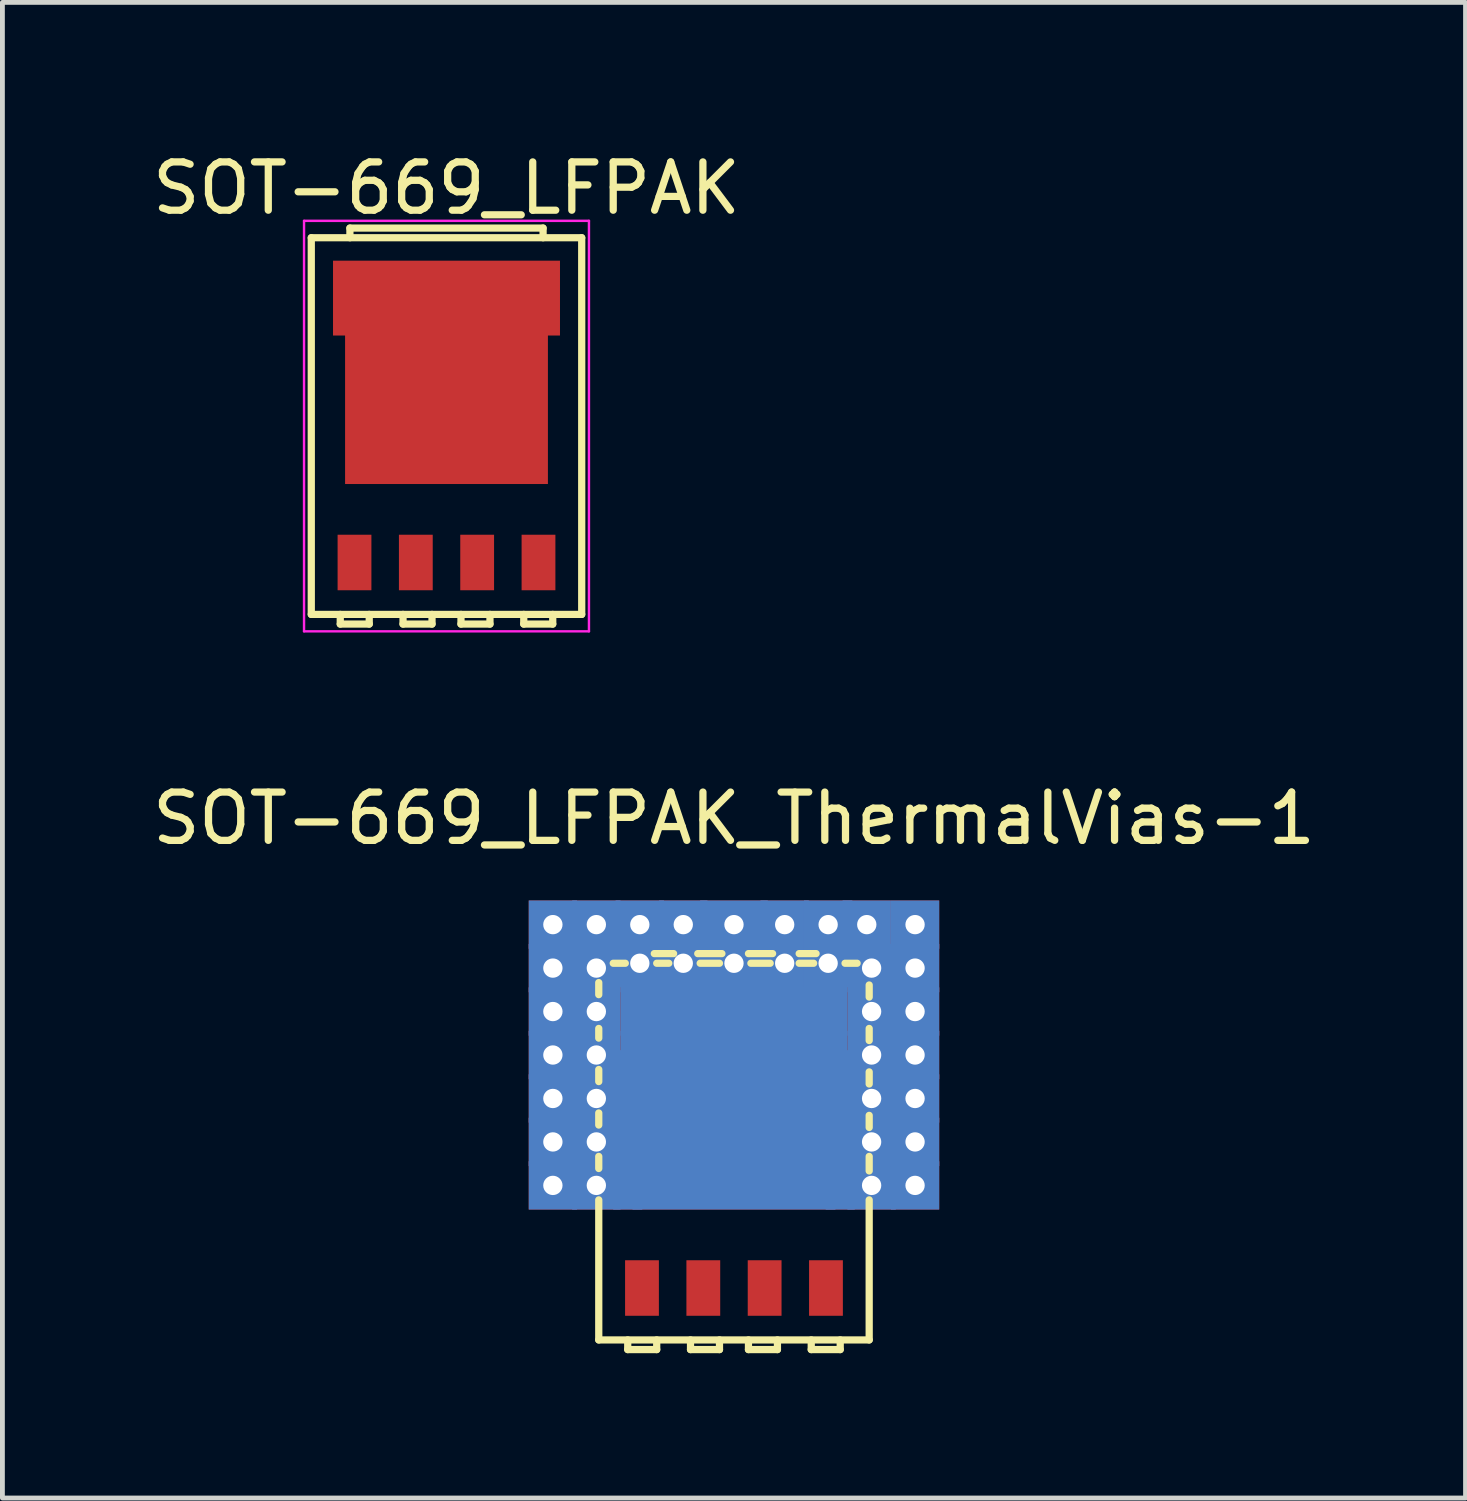
<source format=kicad_pcb>
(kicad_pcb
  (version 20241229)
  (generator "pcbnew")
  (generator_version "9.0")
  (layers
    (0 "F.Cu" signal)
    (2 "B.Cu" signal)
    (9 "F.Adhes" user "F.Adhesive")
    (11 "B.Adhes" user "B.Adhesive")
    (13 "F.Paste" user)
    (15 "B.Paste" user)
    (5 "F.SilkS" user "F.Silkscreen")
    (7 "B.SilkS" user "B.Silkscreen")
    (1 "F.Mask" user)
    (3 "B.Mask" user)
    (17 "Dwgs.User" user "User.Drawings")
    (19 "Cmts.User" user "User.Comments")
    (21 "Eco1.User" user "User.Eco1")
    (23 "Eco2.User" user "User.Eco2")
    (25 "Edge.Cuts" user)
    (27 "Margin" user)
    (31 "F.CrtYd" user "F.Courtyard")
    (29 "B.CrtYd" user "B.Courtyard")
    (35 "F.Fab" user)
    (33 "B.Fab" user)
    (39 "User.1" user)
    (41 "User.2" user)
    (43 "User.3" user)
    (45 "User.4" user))
  (footprint "SOT-669_LFPAK_ThermalVias-1"
    (layer "F.Cu")
    (at 12.149 20.797)
    (property "Reference" "SOT-669_LFPAK_ThermalVias-1" (at 0 -6.9 0) (layer "F.SilkS") (effects (font (size 1 1) (thickness 0.15))))
    (attr through_hole)
    (fp_line (start -2.8 -3.5) (end -2.8 -3.25) (stroke (width 0.15) (type solid)) (layer "F.SilkS"))
    (fp_line (start -2.8 -2.55) (end -2.8 -2.35) (stroke (width 0.15) (type solid)) (layer "F.SilkS"))
    (fp_line (start -2.8 -1.7) (end -2.8 -1.45) (stroke (width 0.15) (type solid)) (layer "F.SilkS"))
    (fp_line (start -2.8 -0.8) (end -2.8 -0.55) (stroke (width 0.15) (type solid)) (layer "F.SilkS"))
    (fp_line (start -2.8 0.1) (end -2.8 0.35) (stroke (width 0.15) (type solid)) (layer "F.SilkS"))
    (fp_line (start -2.8 1) (end -2.8 3.9) (stroke (width 0.15) (type solid)) (layer "F.SilkS"))
    (fp_line (start -2.25 -3.9) (end -2.5 -3.9) (stroke (width 0.15) (type solid)) (layer "F.SilkS"))
    (fp_line (start -2.2 3.9) (end -2.2 4.1) (stroke (width 0.15) (type solid)) (layer "F.SilkS"))
    (fp_line (start -2.2 4.1) (end -1.6 4.1) (stroke (width 0.15) (type solid)) (layer "F.SilkS"))
    (fp_line (start -1.6 4.1) (end -1.6 3.9) (stroke (width 0.15) (type solid)) (layer "F.SilkS"))
    (fp_line (start -1.35 -3.9) (end -1.6 -3.9) (stroke (width 0.15) (type solid)) (layer "F.SilkS"))
    (fp_line (start -1.25 -4.1) (end -1.65 -4.1) (stroke (width 0.15) (type solid)) (layer "F.SilkS"))
    (fp_line (start -0.9 3.9) (end -0.9 4.1) (stroke (width 0.15) (type solid)) (layer "F.SilkS"))
    (fp_line (start -0.9 4.1) (end -0.3 4.1) (stroke (width 0.15) (type solid)) (layer "F.SilkS"))
    (fp_line (start -0.3 -3.9) (end -0.7 -3.9) (stroke (width 0.15) (type solid)) (layer "F.SilkS"))
    (fp_line (start -0.3 4.1) (end -0.3 3.9) (stroke (width 0.15) (type solid)) (layer "F.SilkS"))
    (fp_line (start -0.25 -4.1) (end -0.75 -4.1) (stroke (width 0.15) (type solid)) (layer "F.SilkS"))
    (fp_line (start 0.3 3.9) (end 0.3 4.1) (stroke (width 0.15) (type solid)) (layer "F.SilkS"))
    (fp_line (start 0.3 4.1) (end 0.9 4.1) (stroke (width 0.15) (type solid)) (layer "F.SilkS"))
    (fp_line (start 0.75 -3.9) (end 0.35 -3.9) (stroke (width 0.15) (type solid)) (layer "F.SilkS"))
    (fp_line (start 0.8 -4.1) (end 0.3 -4.1) (stroke (width 0.15) (type solid)) (layer "F.SilkS"))
    (fp_line (start 0.9 4.1) (end 0.9 3.9) (stroke (width 0.15) (type solid)) (layer "F.SilkS"))
    (fp_line (start 1.6 3.9) (end 1.6 4.1) (stroke (width 0.15) (type solid)) (layer "F.SilkS"))
    (fp_line (start 1.6 4.1) (end 2.2 4.1) (stroke (width 0.15) (type solid)) (layer "F.SilkS"))
    (fp_line (start 1.65 -3.9) (end 1.35 -3.9) (stroke (width 0.15) (type solid)) (layer "F.SilkS"))
    (fp_line (start 1.7 -4.1) (end 1.35 -4.1) (stroke (width 0.15) (type solid)) (layer "F.SilkS"))
    (fp_line (start 2.2 4.1) (end 2.2 3.9) (stroke (width 0.15) (type solid)) (layer "F.SilkS"))
    (fp_line (start 2.55 -3.9) (end 2.3 -3.9) (stroke (width 0.15) (type solid)) (layer "F.SilkS"))
    (fp_line (start 2.8 -3.2) (end 2.8 -3.45) (stroke (width 0.15) (type solid)) (layer "F.SilkS"))
    (fp_line (start 2.8 -2.3) (end 2.8 -2.55) (stroke (width 0.15) (type solid)) (layer "F.SilkS"))
    (fp_line (start 2.8 -1.4) (end 2.8 -1.65) (stroke (width 0.15) (type solid)) (layer "F.SilkS"))
    (fp_line (start 2.8 -0.5) (end 2.8 -0.75) (stroke (width 0.15) (type solid)) (layer "F.SilkS"))
    (fp_line (start 2.8 0.4) (end 2.8 0.1) (stroke (width 0.15) (type solid)) (layer "F.SilkS"))
    (fp_line (start 2.8 3.9) (end -2.8 3.9) (stroke (width 0.15) (type solid)) (layer "F.SilkS"))
    (fp_line (start 2.8 3.9) (end 2.8 1) (stroke (width 0.15) (type solid)) (layer "F.SilkS"))
    (pad "" smd rect (at -1.875 -2.9) (size 0.6 0.9) (layers "F.Paste"))
    (pad "" smd rect (at -1.15 -1.05 90) (size 0.6 0.9) (layers "F.Paste"))
    (pad "" smd rect (at -1.15 -0.2 90) (size 0.6 0.9) (layers "F.Paste"))
    (pad "" smd rect (at -1.15 0.65 90) (size 0.6 0.9) (layers "F.Paste"))
    (pad "" smd rect (at -0.6 -2.9) (size 0.6 0.9) (layers "F.Paste"))
    (pad "" smd rect (at 0 -1.05 90) (size 0.6 0.9) (layers "F.Paste"))
    (pad "" smd rect (at 0 -0.2 90) (size 0.6 0.9) (layers "F.Paste"))
    (pad "" smd rect (at 0 0.65 90) (size 0.6 0.9) (layers "F.Paste"))
    (pad "" smd rect (at 0.6 -2.9) (size 0.6 0.9) (layers "F.Paste"))
    (pad "" smd rect (at 1.15 -1.05 90) (size 0.6 0.9) (layers "F.Paste"))
    (pad "" smd rect (at 1.15 -0.2 90) (size 0.6 0.9) (layers "F.Paste"))
    (pad "" smd rect (at 1.15 0.65 90) (size 0.6 0.9) (layers "F.Paste"))
    (pad "" smd rect (at 1.875 -2.9) (size 0.6 0.9) (layers "F.Paste"))
    (pad "1" smd rect (at -1.905 2.825) (size 0.7 1.15) (layers "F.Cu" "F.Mask" "F.Paste"))
    (pad "2" smd rect (at -0.635 2.825) (size 0.7 1.15) (layers "F.Cu" "F.Mask" "F.Paste"))
    (pad "3" smd rect (at 0.635 2.825) (size 0.7 1.15) (layers "F.Cu" "F.Mask" "F.Paste"))
    (pad "4" smd rect (at 1.905 2.825) (size 0.7 1.15) (layers "F.Cu" "F.Mask" "F.Paste"))
    (pad "5" thru_hole rect (at -3.75 -4.7) (size 1 1) (drill 0.4) (layers "*.Cu"))
    (pad "5" thru_hole rect (at -3.75 -3.8) (size 1 1) (drill 0.4) (layers "*.Cu"))
    (pad "5" thru_hole rect (at -3.75 -2.9) (size 1 1) (drill 0.4) (layers "*.Cu"))
    (pad "5" thru_hole rect (at -3.75 -2) (size 1 1) (drill 0.4) (layers "*.Cu"))
    (pad "5" thru_hole rect (at -3.75 -1.1) (size 1 1) (drill 0.4) (layers "*.Cu"))
    (pad "5" thru_hole rect (at -3.75 -0.2) (size 1 1) (drill 0.4) (layers "*.Cu"))
    (pad "5" thru_hole rect (at -3.75 0.7) (size 1 1) (drill 0.4) (layers "*.Cu"))
    (pad "5" thru_hole rect (at -2.85 -4.7) (size 1 1) (drill 0.4) (layers "*.Cu"))
    (pad "5" thru_hole rect (at -2.85 -3.8) (size 1 1) (drill 0.4) (layers "*.Cu"))
    (pad "5" thru_hole rect (at -2.85 -2.9) (size 1 1) (drill 0.4) (layers "*.Cu"))
    (pad "5" thru_hole rect (at -2.85 -2) (size 1 1) (drill 0.4) (layers "*.Cu"))
    (pad "5" thru_hole rect (at -2.85 -1.1) (size 1 1) (drill 0.4) (layers "*.Cu"))
    (pad "5" thru_hole rect (at -2.85 -0.2) (size 1 1) (drill 0.4) (layers "*.Cu"))
    (pad "5" thru_hole rect (at -2.85 0.7) (size 1 1) (drill 0.4) (layers "*.Cu"))
    (pad "5" smd rect (at -2.25 -1.75) (size 0.5 0.5) (layers "F.Cu"))
    (pad "5" smd rect (at -2.2 -0.45) (size 0.6 3.3) (layers "F.Cu"))
    (pad "5" smd rect (at -2.2 -0.45) (size 0.6 3.3) (layers "B.Cu"))
    (pad "5" thru_hole rect (at -1.95 -4.7) (size 1 1) (drill 0.4) (layers "*.Cu"))
    (pad "5" thru_hole rect (at -1.95 -3.9) (size 1 1) (drill 0.4) (layers "*.Cu"))
    (pad "5" thru_hole rect (at -1.05 -4.7) (size 1 1) (drill 0.4) (layers "*.Cu"))
    (pad "5" thru_hole rect (at -1.05 -3.9) (size 1 1) (drill 0.4) (layers "*.Cu"))
    (pad "5" thru_hole rect (at 0 -4.7) (size 1.4 1) (drill 0.4) (layers "*.Cu"))
    (pad "5" thru_hole rect (at 0 -3.9) (size 1.4 1) (drill 0.4) (layers "*.Cu"))
    (pad "5" smd rect (at 0 -2.65) (size 4.7 1.55) (layers "F.Cu" "F.Mask"))
    (pad "5" smd rect (at 0 -2.65) (size 4.7 1.55) (layers "F.Mask" "B.Cu"))
    (pad "5" smd rect (at 0 -0.45) (size 4.2 3.3) (layers "F.Cu" "F.Mask"))
    (pad "5" smd rect (at 0 -0.45) (size 4.2 3.3) (layers "F.Mask" "B.Cu"))
    (pad "5" thru_hole rect (at 1.05 -4.7) (size 1 1) (drill 0.4) (layers "*.Cu"))
    (pad "5" thru_hole rect (at 1.05 -3.9) (size 1 1) (drill 0.4) (layers "*.Cu"))
    (pad "5" thru_hole rect (at 1.95 -4.7) (size 1 1) (drill 0.4) (layers "*.Cu"))
    (pad "5" thru_hole rect (at 1.95 -3.9) (size 1 1) (drill 0.4) (layers "*.Cu"))
    (pad "5" smd rect (at 2.2 -0.45) (size 0.6 3.3) (layers "F.Cu"))
    (pad "5" smd rect (at 2.2 -0.45) (size 0.6 3.3) (layers "B.Cu"))
    (pad "5" smd rect (at 2.25 -1.75) (size 0.5 0.5) (layers "F.Cu"))
    (pad "5" thru_hole rect (at 2.75 -4.7) (size 1 1) (drill 0.4) (layers "*.Cu"))
    (pad "5" thru_hole rect (at 2.85 -3.8) (size 1 1) (drill 0.4) (layers "*.Cu"))
    (pad "5" thru_hole rect (at 2.85 -2.9) (size 1 1) (drill 0.4) (layers "*.Cu"))
    (pad "5" thru_hole rect (at 2.85 -2) (size 1 1) (drill 0.4) (layers "*.Cu"))
    (pad "5" thru_hole rect (at 2.85 -1.1) (size 1 1) (drill 0.4) (layers "*.Cu"))
    (pad "5" thru_hole rect (at 2.85 -0.2) (size 1 1) (drill 0.4) (layers "*.Cu"))
    (pad "5" thru_hole rect (at 2.85 0.7) (size 1 1) (drill 0.4) (layers "*.Cu"))
    (pad "5" thru_hole rect (at 3.75 -4.7) (size 1 1) (drill 0.4) (layers "*.Cu"))
    (pad "5" thru_hole rect (at 3.75 -3.8) (size 1 1) (drill 0.4) (layers "*.Cu"))
    (pad "5" thru_hole rect (at 3.75 -2.9) (size 1 1) (drill 0.4) (layers "*.Cu"))
    (pad "5" thru_hole rect (at 3.75 -2) (size 1 1) (drill 0.4) (layers "*.Cu"))
    (pad "5" thru_hole rect (at 3.75 -1.1) (size 1 1) (drill 0.4) (layers "*.Cu"))
    (pad "5" thru_hole rect (at 3.75 -0.2) (size 1 1) (drill 0.4) (layers "*.Cu"))
    (pad "5" thru_hole rect (at 3.75 0.7) (size 1 1) (drill 0.4) (layers "*.Cu")))
  (footprint "SOT-669_LFPAK"
    (layer "F.Cu")
    (at 6.196 5.773)
    (property "Reference" "SOT-669_LFPAK" (at 0 -4.925 0) (layer "F.SilkS") (effects (font (size 1 1) (thickness 0.15))))
    (attr through_hole)
    (fp_line (start -2.8 -3.9) (end 2.8 -3.9) (stroke (width 0.15) (type solid)) (layer "F.SilkS"))
    (fp_line (start -2.8 3.9) (end -2.8 -3.9) (stroke (width 0.15) (type solid)) (layer "F.SilkS"))
    (fp_line (start -2.2 3.9) (end -2.2 4.1) (stroke (width 0.15) (type solid)) (layer "F.SilkS"))
    (fp_line (start -2.2 4.1) (end -1.6 4.1) (stroke (width 0.15) (type solid)) (layer "F.SilkS"))
    (fp_line (start -2 -4.1) (end 2 -4.1) (stroke (width 0.15) (type solid)) (layer "F.SilkS"))
    (fp_line (start -2 -3.9) (end -2 -4.1) (stroke (width 0.15) (type solid)) (layer "F.SilkS"))
    (fp_line (start -1.6 4.1) (end -1.6 3.9) (stroke (width 0.15) (type solid)) (layer "F.SilkS"))
    (fp_line (start -0.9 3.9) (end -0.9 4.1) (stroke (width 0.15) (type solid)) (layer "F.SilkS"))
    (fp_line (start -0.9 4.1) (end -0.3 4.1) (stroke (width 0.15) (type solid)) (layer "F.SilkS"))
    (fp_line (start -0.3 4.1) (end -0.3 3.9) (stroke (width 0.15) (type solid)) (layer "F.SilkS"))
    (fp_line (start 0.3 3.9) (end 0.3 4.1) (stroke (width 0.15) (type solid)) (layer "F.SilkS"))
    (fp_line (start 0.3 4.1) (end 0.9 4.1) (stroke (width 0.15) (type solid)) (layer "F.SilkS"))
    (fp_line (start 0.9 4.1) (end 0.9 3.9) (stroke (width 0.15) (type solid)) (layer "F.SilkS"))
    (fp_line (start 1.6 3.9) (end 1.6 4.1) (stroke (width 0.15) (type solid)) (layer "F.SilkS"))
    (fp_line (start 1.6 4.1) (end 2.2 4.1) (stroke (width 0.15) (type solid)) (layer "F.SilkS"))
    (fp_line (start 2 -4.1) (end 2 -3.9) (stroke (width 0.15) (type solid)) (layer "F.SilkS"))
    (fp_line (start 2.2 4.1) (end 2.2 3.9) (stroke (width 0.15) (type solid)) (layer "F.SilkS"))
    (fp_line (start 2.8 -3.9) (end 2.8 3.9) (stroke (width 0.15) (type solid)) (layer "F.SilkS"))
    (fp_line (start 2.8 3.9) (end -2.8 3.9) (stroke (width 0.15) (type solid)) (layer "F.SilkS"))
    (fp_line (start -2.95 -4.25) (end 2.95 -4.25) (stroke (width 0.05) (type solid)) (layer "F.CrtYd"))
    (fp_line (start -2.95 4.25) (end -2.95 -4.25) (stroke (width 0.05) (type solid)) (layer "F.CrtYd"))
    (fp_line (start -2.95 4.25) (end 2.95 4.25) (stroke (width 0.05) (type solid)) (layer "F.CrtYd"))
    (fp_line (start 2.95 -4.25) (end 2.95 4.25) (stroke (width 0.05) (type solid)) (layer "F.CrtYd"))
    (pad "" smd rect (at -1.875 -2.9) (size 0.6 0.9) (layers "F.Paste"))
    (pad "" smd rect (at -1.15 -1.05 90) (size 0.6 0.9) (layers "F.Paste"))
    (pad "" smd rect (at -1.15 -0.2 90) (size 0.6 0.9) (layers "F.Paste"))
    (pad "" smd rect (at -1.15 0.65 90) (size 0.6 0.9) (layers "F.Paste"))
    (pad "" smd rect (at -0.6 -2.9) (size 0.6 0.9) (layers "F.Paste"))
    (pad "" smd rect (at 0 -1.05 90) (size 0.6 0.9) (layers "F.Paste"))
    (pad "" smd rect (at 0 -0.2 90) (size 0.6 0.9) (layers "F.Paste"))
    (pad "" smd rect (at 0 0.65 90) (size 0.6 0.9) (layers "F.Paste"))
    (pad "" smd rect (at 0.6 -2.9) (size 0.6 0.9) (layers "F.Paste"))
    (pad "" smd rect (at 1.15 -1.05 90) (size 0.6 0.9) (layers "F.Paste"))
    (pad "" smd rect (at 1.15 -0.2 90) (size 0.6 0.9) (layers "F.Paste"))
    (pad "" smd rect (at 1.15 0.65 90) (size 0.6 0.9) (layers "F.Paste"))
    (pad "" smd rect (at 1.875 -2.9) (size 0.6 0.9) (layers "F.Paste"))
    (pad "1" smd rect (at -1.905 2.825) (size 0.7 1.15) (layers "F.Cu" "F.Mask" "F.Paste"))
    (pad "2" smd rect (at -0.635 2.825) (size 0.7 1.15) (layers "F.Cu" "F.Mask" "F.Paste"))
    (pad "3" smd rect (at 0.635 2.825) (size 0.7 1.15) (layers "F.Cu" "F.Mask" "F.Paste"))
    (pad "4" smd rect (at 1.905 2.825) (size 0.7 1.15) (layers "F.Cu" "F.Mask" "F.Paste"))
    (pad "5" smd rect (at 0 -2.65) (size 4.7 1.55) (layers "F.Cu" "F.Mask"))
    (pad "5" smd rect (at 0 -0.45) (size 4.2 3.3) (layers "F.Cu" "F.Mask")))
  (gr_rect
    (start -3 -3)
    (end 27.298 27.971)
    (stroke (width 0.1) (type default))
    (fill no)
    (layer "Edge.Cuts")))
</source>
